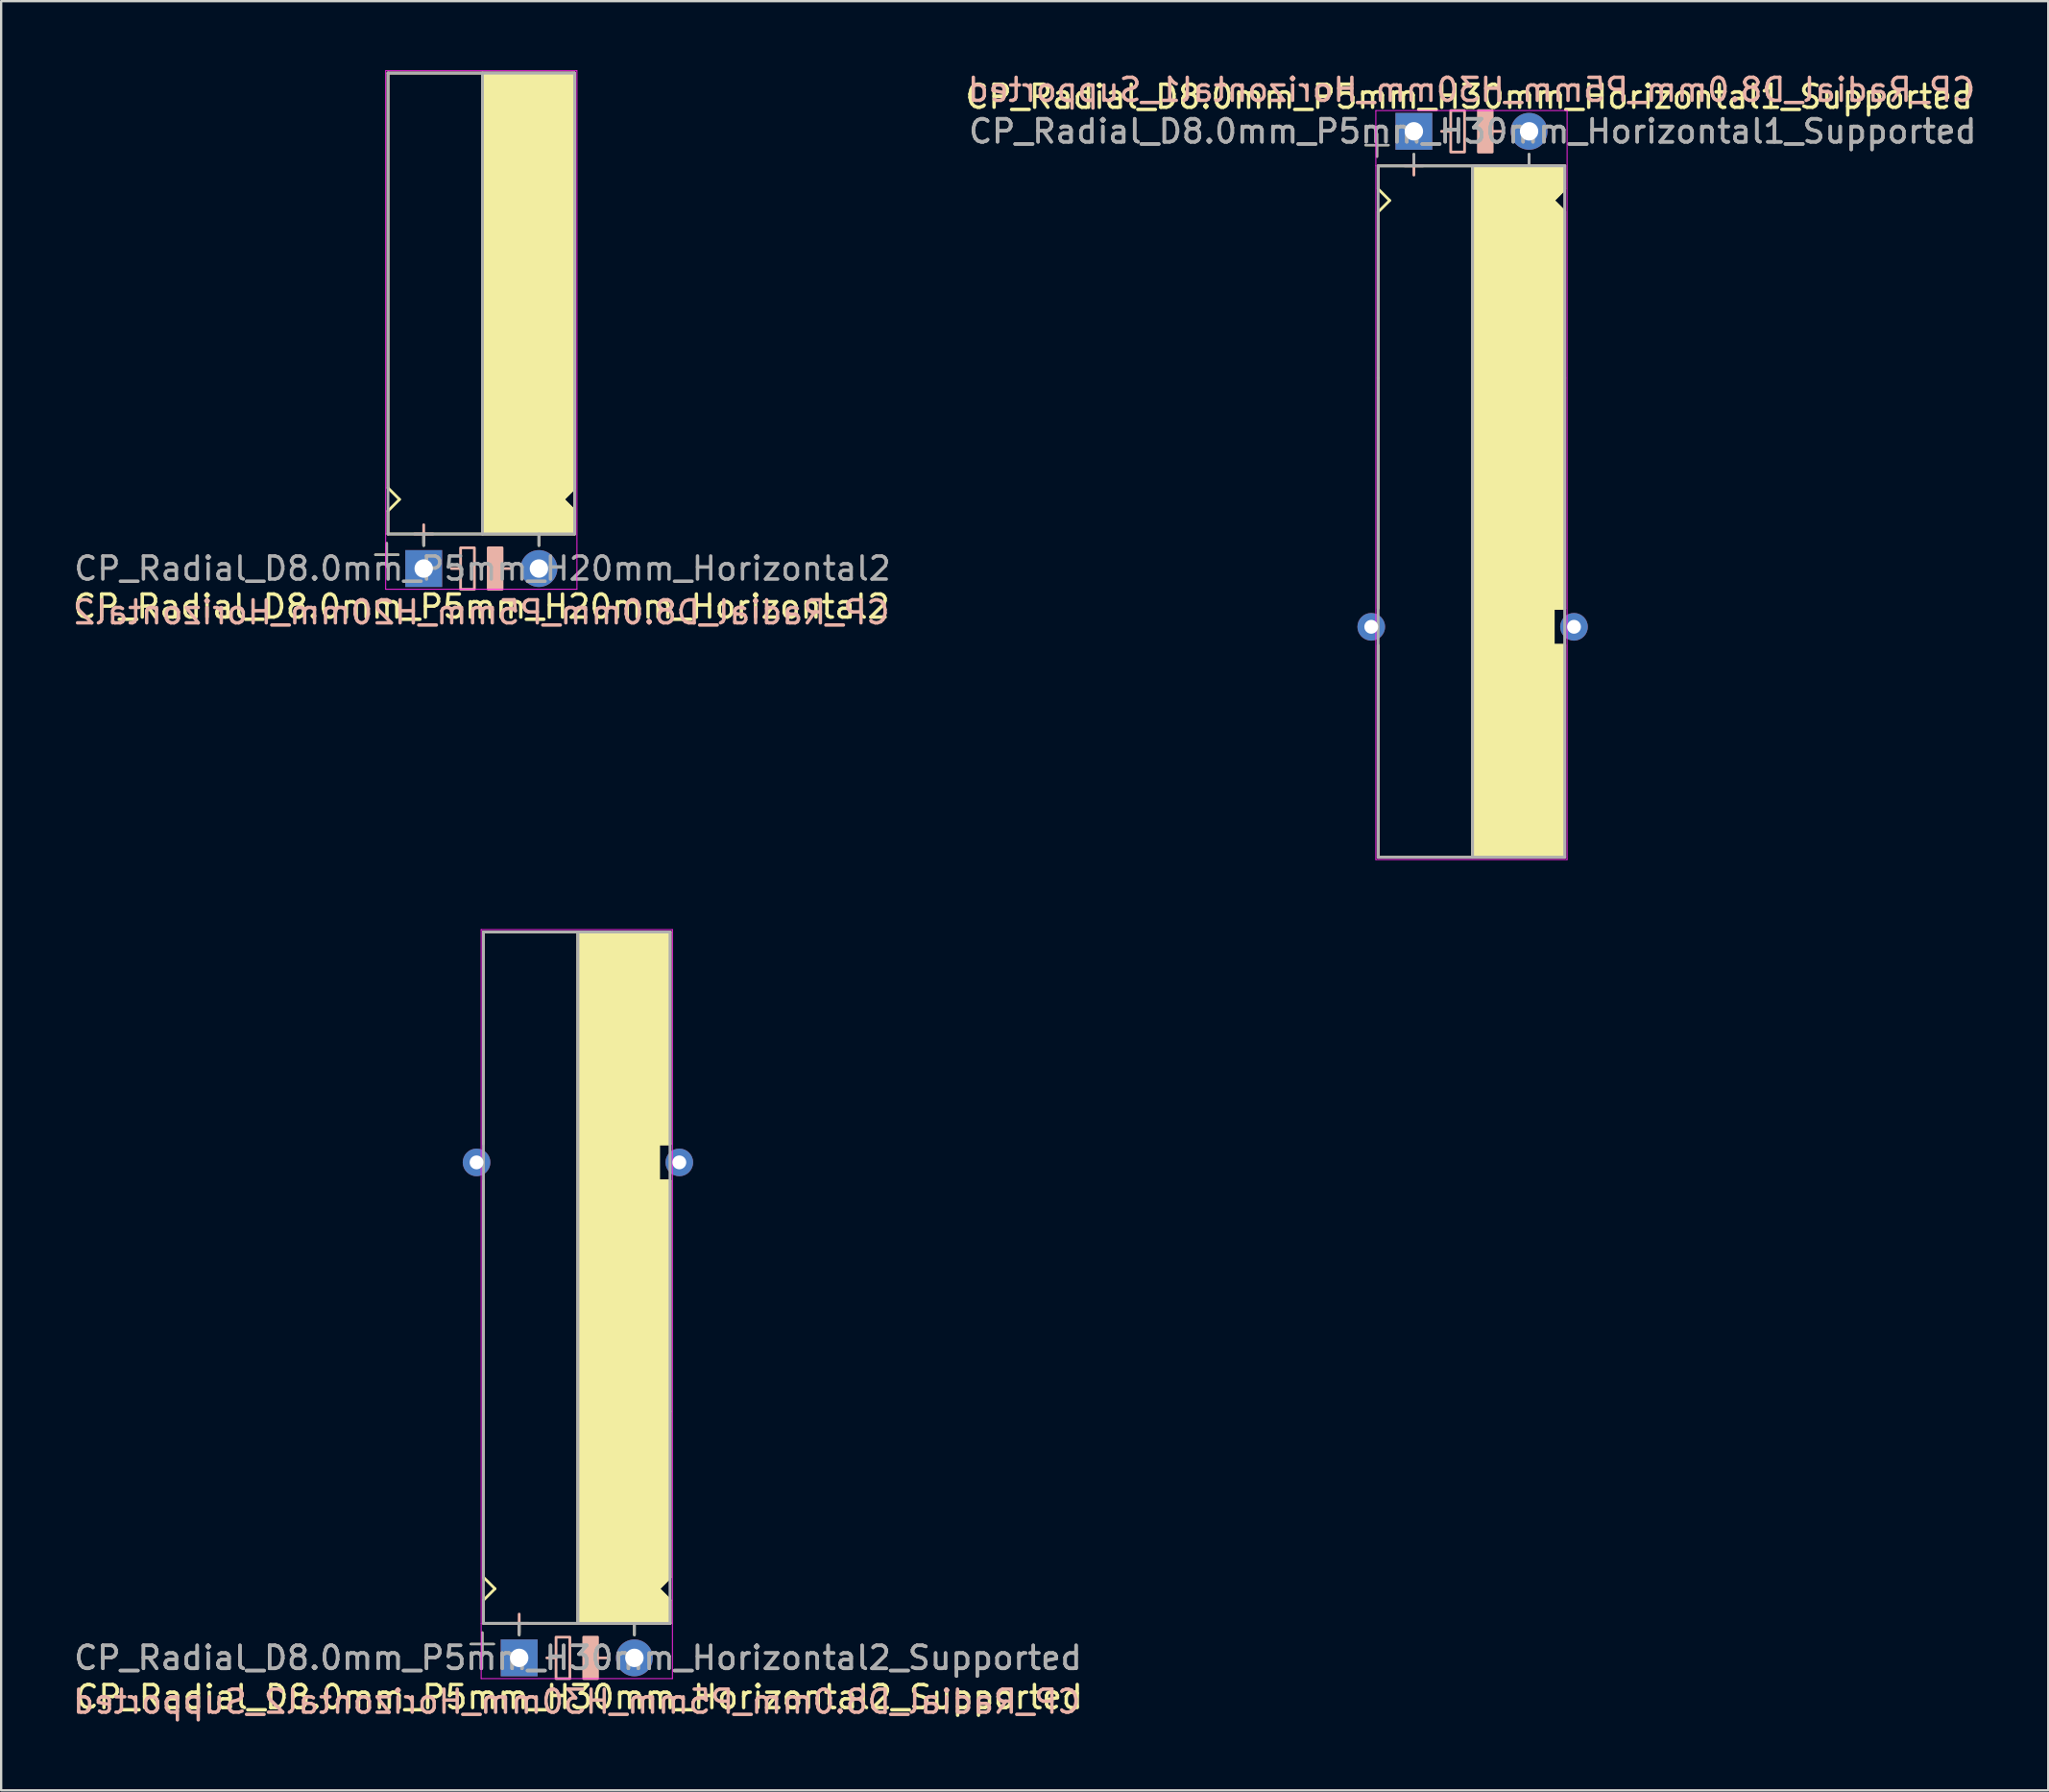
<source format=kicad_pcb>
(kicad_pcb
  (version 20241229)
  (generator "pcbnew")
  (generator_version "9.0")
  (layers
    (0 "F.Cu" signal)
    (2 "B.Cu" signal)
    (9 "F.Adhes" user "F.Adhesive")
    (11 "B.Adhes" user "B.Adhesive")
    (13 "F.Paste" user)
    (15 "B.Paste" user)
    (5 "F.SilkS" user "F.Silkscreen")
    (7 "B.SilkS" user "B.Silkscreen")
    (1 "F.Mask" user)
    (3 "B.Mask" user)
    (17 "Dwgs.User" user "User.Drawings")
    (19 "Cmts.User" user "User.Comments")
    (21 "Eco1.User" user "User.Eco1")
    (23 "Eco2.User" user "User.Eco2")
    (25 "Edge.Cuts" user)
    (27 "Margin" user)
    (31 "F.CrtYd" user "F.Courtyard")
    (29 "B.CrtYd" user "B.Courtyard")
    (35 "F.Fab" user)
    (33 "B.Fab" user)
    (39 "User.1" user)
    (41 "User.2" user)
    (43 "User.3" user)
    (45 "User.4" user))
  (footprint "CP_Radial_D8.0mm_P5mm_H30mm_Horizontal1_Supported"
    (layer "F.Cu")
    (at 59.111 2.648)
    (property "Reference" "CP_Radial_D8.0mm_P5mm_H30mm_Horizontal1_Supported" (at 1.6 -1.5 0) (layer "F.SilkS") (effects (font (size 1 1) (thickness 0.15))))
    (fp_line (start -2.9 0.6) (end -1.9 0.6) (stroke (width 0.1) (type solid)) (layer "F.SilkS"))
    (fp_line (start -2.4 1.1) (end -2.4 0.1) (stroke (width 0.1) (type solid)) (layer "F.SilkS"))
    (fp_line (start -2.35 1.5) (end -2.35 2.5) (stroke (width 0.12) (type solid)) (layer "F.SilkS"))
    (fp_line (start -2.35 1.5) (end 5.75 1.5) (stroke (width 0.12) (type solid)) (layer "F.SilkS"))
    (fp_line (start -2.35 2.5) (end -1.85 3) (stroke (width 0.12) (type solid)) (layer "F.SilkS"))
    (fp_line (start -2.35 10.7) (end -2.35 3.5) (stroke (width 0.12) (type solid)) (layer "F.SilkS"))
    (fp_line (start -2.35 10.7) (end -2.35 20.7) (stroke (width 0.12) (type solid)) (layer "F.SilkS"))
    (fp_line (start -2.35 22.3) (end -2.35 31.5) (stroke (width 0.12) (type solid)) (layer "F.SilkS"))
    (fp_line (start -2.35 31.5) (end 5.65 31.5) (stroke (width 0.12) (type solid)) (layer "F.SilkS"))
    (fp_line (start -1.85 3) (end -2.35 3.5) (stroke (width 0.12) (type solid)) (layer "F.SilkS"))
    (fp_line (start -0.8 1) (end -0.8 1.5) (stroke (width 0.12) (type solid)) (layer "F.SilkS"))
    (fp_line (start 1.75 31.5) (end 1.75 1.5) (stroke (width 0.12) (type solid)) (layer "F.SilkS"))
    (fp_line (start 4.2 1) (end 4.2 1.5) (stroke (width 0.12) (type solid)) (layer "F.SilkS"))
    (fp_line (start 5.25 3) (end 5.75 2.5) (stroke (width 0.12) (type solid)) (layer "F.SilkS"))
    (fp_line (start 5.25 20.7) (end 5.25 22.3) (stroke (width 0.12) (type solid)) (layer "F.SilkS"))
    (fp_line (start 5.25 22.3) (end 5.75 22.3) (stroke (width 0.12) (type solid)) (layer "F.SilkS"))
    (fp_line (start 5.75 2.5) (end 5.75 1.5) (stroke (width 0.12) (type solid)) (layer "F.SilkS"))
    (fp_line (start 5.75 3.5) (end 5.25 3) (stroke (width 0.12) (type solid)) (layer "F.SilkS"))
    (fp_line (start 5.75 10.7) (end 5.75 3.5) (stroke (width 0.12) (type solid)) (layer "F.SilkS"))
    (fp_line (start 5.75 20.7) (end 5.25 20.7) (stroke (width 0.12) (type solid)) (layer "F.SilkS"))
    (fp_line (start 5.75 20.7) (end 5.75 10.7) (stroke (width 0.12) (type solid)) (layer "F.SilkS"))
    (fp_line (start 5.75 22.3) (end 5.75 31.5) (stroke (width 0.12) (type solid)) (layer "F.SilkS"))
    (fp_line (start 5.75 31.5) (end 5.65 31.5) (stroke (width 0.12) (type solid)) (layer "F.SilkS"))
    (fp_poly (pts (xy 5.75 2.5) (xy 5.25 3) (xy 5.75 3.5) (xy 5.75 20.7) (xy 5.25 20.7) (xy 5.25 22.3) (xy 5.75 22.3) (xy 5.75 31.5) (xy 1.75 31.5) (xy 1.75 1.5) (xy 5.75 1.5)) (stroke (width 0.1) (type solid)) (fill yes) (layer "F.SilkS"))
    (fp_line (start -0.8 1.1) (end -0.8 1.9) (stroke (width 0.12) (type solid)) (layer "B.SilkS"))
    (fp_line (start -0.4 1.5) (end -1.2 1.5) (stroke (width 0.12) (type solid)) (layer "B.SilkS"))
    (fp_line (start 0.8 0) (end 0.4 0) (stroke (width 0.12) (type solid)) (layer "B.SilkS"))
    (fp_line (start 3 0) (end 2.6 0) (stroke (width 0.12) (type solid)) (layer "B.SilkS"))
    (fp_rect (start 1.4 -0.9) (end 0.8 0.9) (stroke (width 0.12) (type solid)) (fill no) (layer "B.SilkS"))
    (fp_rect (start 2.6 -0.9) (end 2 0.9) (stroke (width 0.12) (type solid)) (fill yes) (layer "B.SilkS"))
    (fp_line (start -2.45 -0.9) (end 5.85 -0.9) (stroke (width 0.04) (type solid)) (layer "F.CrtYd"))
    (fp_line (start -2.45 1.5) (end -2.45 -0.9) (stroke (width 0.04) (type solid)) (layer "F.CrtYd"))
    (fp_line (start -2.45 31.6) (end -2.45 1.5) (stroke (width 0.04) (type solid)) (layer "F.CrtYd"))
    (fp_line (start 5.85 -0.9) (end 5.85 31.6) (stroke (width 0.04) (type solid)) (layer "F.CrtYd"))
    (fp_line (start 5.85 31.6) (end -2.45 31.6) (stroke (width 0.04) (type solid)) (layer "F.CrtYd"))
    (fp_line (start -2.9 0.6) (end -1.9 0.6) (stroke (width 0.1) (type solid)) (layer "F.Fab"))
    (fp_line (start -2.4 1.1) (end -2.4 0.1) (stroke (width 0.1) (type solid)) (layer "F.Fab"))
    (fp_line (start -2.35 1.5) (end 5.75 1.5) (stroke (width 0.12) (type solid)) (layer "F.Fab"))
    (fp_line (start -2.35 31.5) (end -2.35 1.5) (stroke (width 0.12) (type solid)) (layer "F.Fab"))
    (fp_line (start -0.8 1.5) (end -0.8 1) (stroke (width 0.12) (type solid)) (layer "F.Fab"))
    (fp_line (start 1.75 1.5) (end 1.75 31.5) (stroke (width 0.12) (type solid)) (layer "F.Fab"))
    (fp_line (start 4.2 1.5) (end 4.2 1) (stroke (width 0.12) (type solid)) (layer "F.Fab"))
    (fp_line (start 5.75 1.5) (end 5.75 31.5) (stroke (width 0.12) (type solid)) (layer "F.Fab"))
    (fp_line (start 5.75 31.5) (end -2.35 31.5) (stroke (width 0.12) (type solid)) (layer "F.Fab"))
    (fp_poly (pts (xy 5.75 31.5) (xy 1.75 31.5) (xy 1.75 1.5) (xy 5.75 1.5)) (stroke (width 0.1) (type solid)) (fill no) (layer "F.Fab"))
    (fp_text user "${REFERENCE}" (at 1.7 -1.8 0) (layer "B.SilkS") (effects (font (size 1 1) (thickness 0.15)) (justify mirror)))
    (fp_text user "${REFERENCE}" (at 1.75 0 0) (layer "F.Fab") (effects (font (size 1 1) (thickness 0.15))))
    (fp_text user "${REFERENCE}" (at 1.75 0 0) (layer "F.Fab") (effects (font (size 1 1) (thickness 0.15))))
    (pad "1" thru_hole rect (at -0.8 0) (size 1.6 1.6) (drill 0.8) (layers "*.Cu" "*.Mask"))
    (pad "2" thru_hole circle (at 4.2 0) (size 1.6 1.6) (drill 0.8) (layers "*.Cu" "*.Mask"))
    (pad "~" thru_hole circle (at -2.65 21.5) (size 1.2 1.2) (drill 0.6) (layers "*.Cu" "*.Mask"))
    (pad "~" thru_hole circle (at 6.15 21.5) (size 1.2 1.2) (drill 0.6) (layers "*.Cu" "*.Mask")))
  (footprint "CP_Radial_D8.0mm_P5mm_H20mm_Horizontal2"
    (layer "F.Cu")
    (at 16.139 21.62)
    (property "Reference" "CP_Radial_D8.0mm_P5mm_H20mm_Horizontal2" (at 1.7 1.65 0) (layer "F.SilkS") (effects (font (size 1 1) (thickness 0.15))))
    (fp_line (start -2.9 -0.6) (end -1.9 -0.6) (stroke (width 0.1) (type solid)) (layer "F.SilkS"))
    (fp_line (start -2.4 -0.1) (end -2.4 -1.1) (stroke (width 0.1) (type solid)) (layer "F.SilkS"))
    (fp_line (start -2.35 -21.5) (end 5.65 -21.5) (stroke (width 0.12) (type solid)) (layer "F.SilkS"))
    (fp_line (start -2.35 -3.5) (end -2.35 -21.5) (stroke (width 0.12) (type solid)) (layer "F.SilkS"))
    (fp_line (start -2.35 -3.5) (end -1.85 -3) (stroke (width 0.12) (type solid)) (layer "F.SilkS"))
    (fp_line (start -2.35 -2.5) (end -2.35 -1.5) (stroke (width 0.12) (type solid)) (layer "F.SilkS"))
    (fp_line (start -2.35 -1.5) (end 5.75 -1.5) (stroke (width 0.12) (type solid)) (layer "F.SilkS"))
    (fp_line (start -1.85 -3) (end -2.35 -2.5) (stroke (width 0.12) (type solid)) (layer "F.SilkS"))
    (fp_line (start -0.8 -1) (end -0.8 -1.5) (stroke (width 0.12) (type solid)) (layer "F.SilkS"))
    (fp_line (start 1.75 -21.5) (end 1.75 -1.5) (stroke (width 0.12) (type solid)) (layer "F.SilkS"))
    (fp_line (start 4.2 -1) (end 4.2 -1.5) (stroke (width 0.12) (type solid)) (layer "F.SilkS"))
    (fp_line (start 5.25 -3) (end 5.75 -2.5) (stroke (width 0.12) (type solid)) (layer "F.SilkS"))
    (fp_line (start 5.75 -21.5) (end 5.65 -21.5) (stroke (width 0.12) (type solid)) (layer "F.SilkS"))
    (fp_line (start 5.75 -3.5) (end 5.25 -3) (stroke (width 0.12) (type solid)) (layer "F.SilkS"))
    (fp_line (start 5.75 -3.5) (end 5.75 -21.5) (stroke (width 0.12) (type solid)) (layer "F.SilkS"))
    (fp_line (start 5.75 -2.5) (end 5.75 -1.5) (stroke (width 0.12) (type solid)) (layer "F.SilkS"))
    (fp_poly (pts (xy 5.75 -2.5) (xy 5.25 -3) (xy 5.75 -3.5) (xy 5.75 -21.5) (xy 1.75 -21.5) (xy 1.75 -1.5) (xy 5.75 -1.5)) (stroke (width 0.1) (type solid)) (fill yes) (layer "F.SilkS"))
    (fp_line (start -0.8 -1.9) (end -0.8 -1.1) (stroke (width 0.12) (type solid)) (layer "B.SilkS"))
    (fp_line (start -0.4 -1.5) (end -1.2 -1.5) (stroke (width 0.12) (type solid)) (layer "B.SilkS"))
    (fp_line (start 0.8 0) (end 0.4 0) (stroke (width 0.12) (type solid)) (layer "B.SilkS"))
    (fp_line (start 3 0) (end 2.6 0) (stroke (width 0.12) (type solid)) (layer "B.SilkS"))
    (fp_rect (start 1.4 -0.9) (end 0.8 0.9) (stroke (width 0.12) (type solid)) (fill no) (layer "B.SilkS"))
    (fp_rect (start 2.6 -0.9) (end 2 0.9) (stroke (width 0.12) (type solid)) (fill yes) (layer "B.SilkS"))
    (fp_line (start -2.45 -21.6) (end -2.45 -1.5) (stroke (width 0.04) (type solid)) (layer "F.CrtYd"))
    (fp_line (start -2.45 -1.5) (end -2.45 0.9) (stroke (width 0.04) (type solid)) (layer "F.CrtYd"))
    (fp_line (start -2.45 0.9) (end 5.85 0.9) (stroke (width 0.04) (type solid)) (layer "F.CrtYd"))
    (fp_line (start 5.85 -21.6) (end -2.45 -21.6) (stroke (width 0.04) (type solid)) (layer "F.CrtYd"))
    (fp_line (start 5.85 0.9) (end 5.85 -21.6) (stroke (width 0.04) (type solid)) (layer "F.CrtYd"))
    (fp_line (start -2.9 -0.6) (end -1.9 -0.6) (stroke (width 0.1) (type solid)) (layer "F.Fab"))
    (fp_line (start -2.4 -0.1) (end -2.4 -1.1) (stroke (width 0.1) (type solid)) (layer "F.Fab"))
    (fp_line (start -2.35 -21.5) (end -2.35 -1.5) (stroke (width 0.12) (type solid)) (layer "F.Fab"))
    (fp_line (start -2.35 -1.5) (end 5.75 -1.5) (stroke (width 0.12) (type solid)) (layer "F.Fab"))
    (fp_line (start -0.8 -1.5) (end -0.8 -1) (stroke (width 0.12) (type solid)) (layer "F.Fab"))
    (fp_line (start 1.75 -1.5) (end 1.75 -21.5) (stroke (width 0.12) (type solid)) (layer "F.Fab"))
    (fp_line (start 4.2 -1.5) (end 4.2 -1) (stroke (width 0.12) (type solid)) (layer "F.Fab"))
    (fp_line (start 5.75 -21.5) (end -2.35 -21.5) (stroke (width 0.12) (type solid)) (layer "F.Fab"))
    (fp_line (start 5.75 -1.5) (end 5.75 -21.5) (stroke (width 0.12) (type solid)) (layer "F.Fab"))
    (fp_poly (pts (xy 5.75 -21.5) (xy 1.75 -21.5) (xy 1.75 -1.5) (xy 5.75 -1.5)) (stroke (width 0.1) (type solid)) (fill no) (layer "F.Fab"))
    (fp_text user "${REFERENCE}" (at 1.7 1.9 0) (layer "B.SilkS") (effects (font (size 1 1) (thickness 0.15)) (justify mirror)))
    (fp_text user "${REFERENCE}" (at 1.75 0 0) (layer "F.Fab") (effects (font (size 1 1) (thickness 0.15))))
    (pad "1" thru_hole rect (at -0.8 0) (size 1.6 1.6) (drill 0.8) (layers "*.Cu" "*.Mask"))
    (pad "2" thru_hole circle (at 4.2 0) (size 1.6 1.6) (drill 0.8) (layers "*.Cu" "*.Mask")))
  (footprint "CP_Radial_D8.0mm_P5mm_H30mm_Horizontal2_Supported"
    (layer "F.Cu")
    (at 20.282 68.888)
    (property "Reference" "CP_Radial_D8.0mm_P5mm_H30mm_Horizontal2_Supported" (at 1.8 1.7 0) (layer "F.SilkS") (effects (font (size 1 1) (thickness 0.15))))
    (fp_line (start -2.9 -0.6) (end -1.9 -0.6) (stroke (width 0.1) (type solid)) (layer "F.SilkS"))
    (fp_line (start -2.4 -0.1) (end -2.4 -1.1) (stroke (width 0.1) (type solid)) (layer "F.SilkS"))
    (fp_line (start -2.35 -31.5) (end 5.65 -31.5) (stroke (width 0.12) (type solid)) (layer "F.SilkS"))
    (fp_line (start -2.35 -22.3) (end -2.35 -31.5) (stroke (width 0.12) (type solid)) (layer "F.SilkS"))
    (fp_line (start -2.35 -10.7) (end -2.35 -20.7) (stroke (width 0.12) (type solid)) (layer "F.SilkS"))
    (fp_line (start -2.35 -10.7) (end -2.35 -3.5) (stroke (width 0.12) (type solid)) (layer "F.SilkS"))
    (fp_line (start -2.35 -2.5) (end -1.85 -3) (stroke (width 0.12) (type solid)) (layer "F.SilkS"))
    (fp_line (start -2.35 -1.5) (end -2.35 -2.5) (stroke (width 0.12) (type solid)) (layer "F.SilkS"))
    (fp_line (start -2.35 -1.5) (end 5.75 -1.5) (stroke (width 0.12) (type solid)) (layer "F.SilkS"))
    (fp_line (start -1.85 -3) (end -2.35 -3.5) (stroke (width 0.12) (type solid)) (layer "F.SilkS"))
    (fp_line (start -0.8 -1) (end -0.8 -1.5) (stroke (width 0.12) (type solid)) (layer "F.SilkS"))
    (fp_line (start 1.75 -31.5) (end 1.75 -1.5) (stroke (width 0.12) (type solid)) (layer "F.SilkS"))
    (fp_line (start 4.2 -1) (end 4.2 -1.5) (stroke (width 0.12) (type solid)) (layer "F.SilkS"))
    (fp_line (start 5.25 -22.3) (end 5.75 -22.3) (stroke (width 0.12) (type solid)) (layer "F.SilkS"))
    (fp_line (start 5.25 -20.7) (end 5.25 -22.3) (stroke (width 0.12) (type solid)) (layer "F.SilkS"))
    (fp_line (start 5.25 -3) (end 5.75 -2.5) (stroke (width 0.12) (type solid)) (layer "F.SilkS"))
    (fp_line (start 5.75 -31.5) (end 5.65 -31.5) (stroke (width 0.12) (type solid)) (layer "F.SilkS"))
    (fp_line (start 5.75 -22.3) (end 5.75 -31.5) (stroke (width 0.12) (type solid)) (layer "F.SilkS"))
    (fp_line (start 5.75 -20.7) (end 5.25 -20.7) (stroke (width 0.12) (type solid)) (layer "F.SilkS"))
    (fp_line (start 5.75 -20.7) (end 5.75 -10.7) (stroke (width 0.12) (type solid)) (layer "F.SilkS"))
    (fp_line (start 5.75 -10.7) (end 5.75 -3.5) (stroke (width 0.12) (type solid)) (layer "F.SilkS"))
    (fp_line (start 5.75 -3.5) (end 5.25 -3) (stroke (width 0.12) (type solid)) (layer "F.SilkS"))
    (fp_line (start 5.75 -2.5) (end 5.75 -1.5) (stroke (width 0.12) (type solid)) (layer "F.SilkS"))
    (fp_poly (pts (xy 5.75 -2.5) (xy 5.25 -3) (xy 5.75 -3.5) (xy 5.75 -20.7) (xy 5.25 -20.7) (xy 5.25 -22.3) (xy 5.75 -22.3) (xy 5.75 -31.5) (xy 1.75 -31.5) (xy 1.75 -1.5) (xy 5.75 -1.5)) (stroke (width 0.1) (type solid)) (fill yes) (layer "F.SilkS"))
    (fp_line (start -0.8 -1.9) (end -0.8 -1.1) (stroke (width 0.12) (type solid)) (layer "B.SilkS"))
    (fp_line (start -0.4 -1.5) (end -1.2 -1.5) (stroke (width 0.12) (type solid)) (layer "B.SilkS"))
    (fp_line (start 0.8 0) (end 0.4 0) (stroke (width 0.12) (type solid)) (layer "B.SilkS"))
    (fp_line (start 3 0) (end 2.6 0) (stroke (width 0.12) (type solid)) (layer "B.SilkS"))
    (fp_rect (start 1.4 -0.9) (end 0.8 0.9) (stroke (width 0.12) (type solid)) (fill no) (layer "B.SilkS"))
    (fp_rect (start 2.6 -0.9) (end 2 0.9) (stroke (width 0.12) (type solid)) (fill yes) (layer "B.SilkS"))
    (fp_line (start -2.45 -31.6) (end -2.45 -1.5) (stroke (width 0.04) (type solid)) (layer "F.CrtYd"))
    (fp_line (start -2.45 -1.5) (end -2.45 0.9) (stroke (width 0.04) (type solid)) (layer "F.CrtYd"))
    (fp_line (start -2.45 0.9) (end 5.85 0.9) (stroke (width 0.04) (type solid)) (layer "F.CrtYd"))
    (fp_line (start 5.85 -31.6) (end -2.45 -31.6) (stroke (width 0.04) (type solid)) (layer "F.CrtYd"))
    (fp_line (start 5.85 0.9) (end 5.85 -31.6) (stroke (width 0.04) (type solid)) (layer "F.CrtYd"))
    (fp_line (start -2.9 -0.6) (end -1.9 -0.6) (stroke (width 0.1) (type solid)) (layer "F.Fab"))
    (fp_line (start -2.4 -0.1) (end -2.4 -1.1) (stroke (width 0.1) (type solid)) (layer "F.Fab"))
    (fp_line (start -2.35 -31.5) (end -2.35 -1.5) (stroke (width 0.12) (type solid)) (layer "F.Fab"))
    (fp_line (start -2.35 -1.5) (end 5.75 -1.5) (stroke (width 0.12) (type solid)) (layer "F.Fab"))
    (fp_line (start -0.8 -1.5) (end -0.8 -1) (stroke (width 0.12) (type solid)) (layer "F.Fab"))
    (fp_line (start 1.75 -1.5) (end 1.75 -31.5) (stroke (width 0.12) (type solid)) (layer "F.Fab"))
    (fp_line (start 4.2 -1.5) (end 4.2 -1) (stroke (width 0.12) (type solid)) (layer "F.Fab"))
    (fp_line (start 5.75 -31.5) (end -2.35 -31.5) (stroke (width 0.12) (type solid)) (layer "F.Fab"))
    (fp_line (start 5.75 -1.5) (end 5.75 -31.5) (stroke (width 0.12) (type solid)) (layer "F.Fab"))
    (fp_poly (pts (xy 5.75 -1.5) (xy 1.75 -1.5) (xy 1.75 -31.5) (xy 5.75 -31.5)) (stroke (width 0.1) (type solid)) (fill no) (layer "F.Fab"))
    (fp_text user "${REFERENCE}" (at 1.7 1.9 0) (layer "B.SilkS") (effects (font (size 1 1) (thickness 0.15)) (justify mirror)))
    (fp_text user "${REFERENCE}" (at 1.75 0 0) (layer "F.Fab") (effects (font (size 1 1) (thickness 0.15))))
    (fp_text user "${REFERENCE}" (at 1.75 0 0) (layer "F.Fab") (effects (font (size 1 1) (thickness 0.15))))
    (pad "1" thru_hole rect (at -0.8 0) (size 1.6 1.6) (drill 0.8) (layers "*.Cu" "*.Mask"))
    (pad "2" thru_hole circle (at 4.2 0) (size 1.6 1.6) (drill 0.8) (layers "*.Cu" "*.Mask"))
    (pad "~" thru_hole circle (at -2.65 -21.5 180) (size 1.2 1.2) (drill 0.6) (layers "*.Cu" "*.Mask"))
    (pad "~" thru_hole circle (at 6.15 -21.5 180) (size 1.2 1.2) (drill 0.6) (layers "*.Cu" "*.Mask")))
  (gr_rect
    (start -3 -3)
    (end 85.843 74.636)
    (stroke (width 0.1) (type default))
    (fill no)
    (layer "Edge.Cuts")))
</source>
